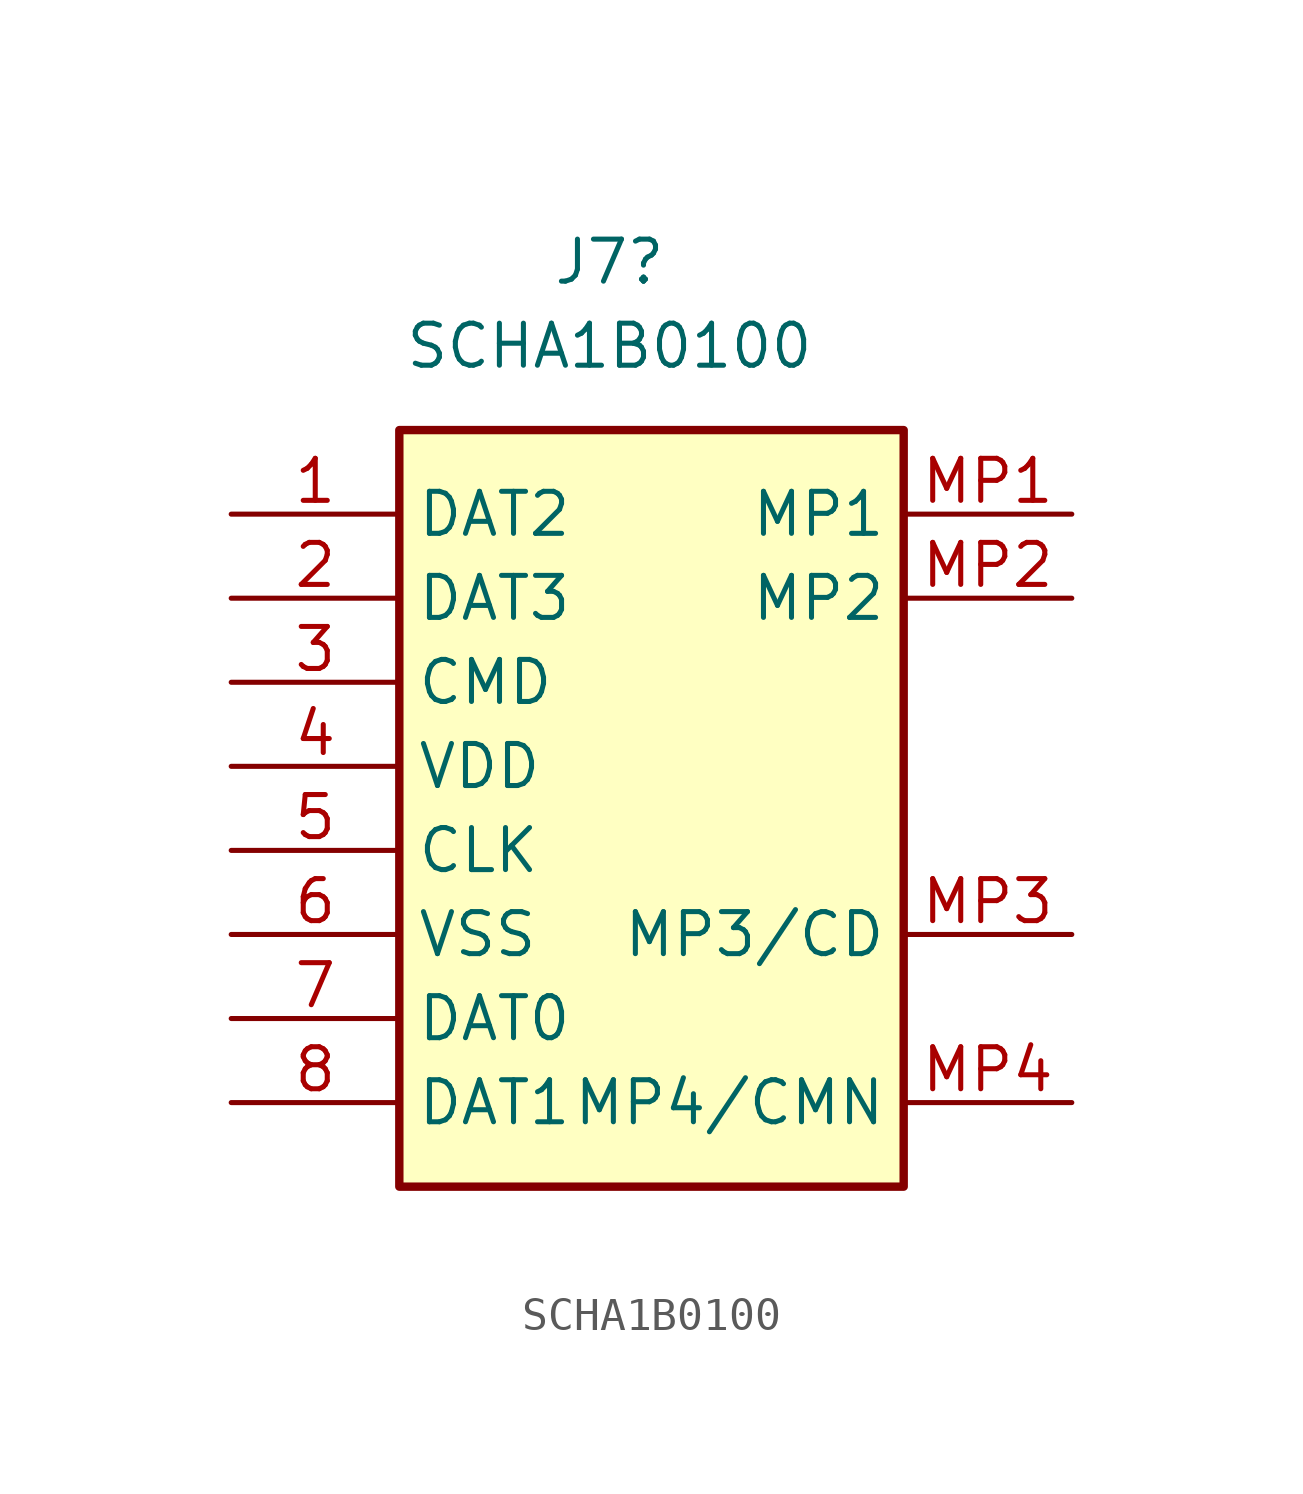
<source format=kicad_sym>
(kicad_symbol_lib
  (version 20231120)
  (generator "kicad_symbol_editor")
  (generator_version "8.0")
  (symbol "SCHA1B0100"
    (property "Reference" "J7"
      (at 11.43 7.62 0)
      (effects (font (size 1.27 1.27))))
    (property "Value" "SCHA1B0100"
      (at 11.43 5.08 0)
      (effects (font (size 1.27 1.27))))
    (symbol "SCHA1B0100_1_1"
      (rectangle (start 5.08 2.54) (end 20.32 -20.32) (stroke (width 0.254) (type default)) (fill (type background)))
      (pin passive line (at 0 0 0) (length 5.08) (name "DAT2" (effects (font (size 1.27 1.27)))) (number "1" (effects (font (size 1.27 1.27)))))
      (pin passive line (at 0 -2.54 0) (length 5.08) (name "DAT3" (effects (font (size 1.27 1.27)))) (number "2" (effects (font (size 1.27 1.27)))))
      (pin passive line (at 0 -5.08 0) (length 5.08) (name "CMD" (effects (font (size 1.27 1.27)))) (number "3" (effects (font (size 1.27 1.27)))))
      (pin passive line (at 0 -7.62 0) (length 5.08) (name "VDD" (effects (font (size 1.27 1.27)))) (number "4" (effects (font (size 1.27 1.27)))))
      (pin passive line (at 0 -10.16 0) (length 5.08) (name "CLK" (effects (font (size 1.27 1.27)))) (number "5" (effects (font (size 1.27 1.27)))))
      (pin passive line (at 0 -12.7 0) (length 5.08) (name "VSS" (effects (font (size 1.27 1.27)))) (number "6" (effects (font (size 1.27 1.27)))))
      (pin passive line (at 0 -15.24 0) (length 5.08) (name "DAT0" (effects (font (size 1.27 1.27)))) (number "7" (effects (font (size 1.27 1.27)))))
      (pin passive line (at 0 -17.78 0) (length 5.08) (name "DAT1" (effects (font (size 1.27 1.27)))) (number "8" (effects (font (size 1.27 1.27)))))
      (pin passive line (at 25.4 0 180) (length 5.08) (name "MP1" (effects (font (size 1.27 1.27)))) (number "MP1" (effects (font (size 1.27 1.27)))))
      (pin passive line (at 25.4 -2.54 180) (length 5.08) (name "MP2" (effects (font (size 1.27 1.27)))) (number "MP2" (effects (font (size 1.27 1.27)))))
      (pin passive line (at 25.4 -12.7 180) (length 5.08) (name "MP3/CD" (effects (font (size 1.27 1.27)))) (number "MP3" (effects (font (size 1.27 1.27)))))
      (pin passive line (at 25.4 -17.78 180) (length 5.08) (name "MP4/CMN" (effects (font (size 1.27 1.27)))) (number "MP4" (effects (font (size 1.27 1.27))))))))
</source>
